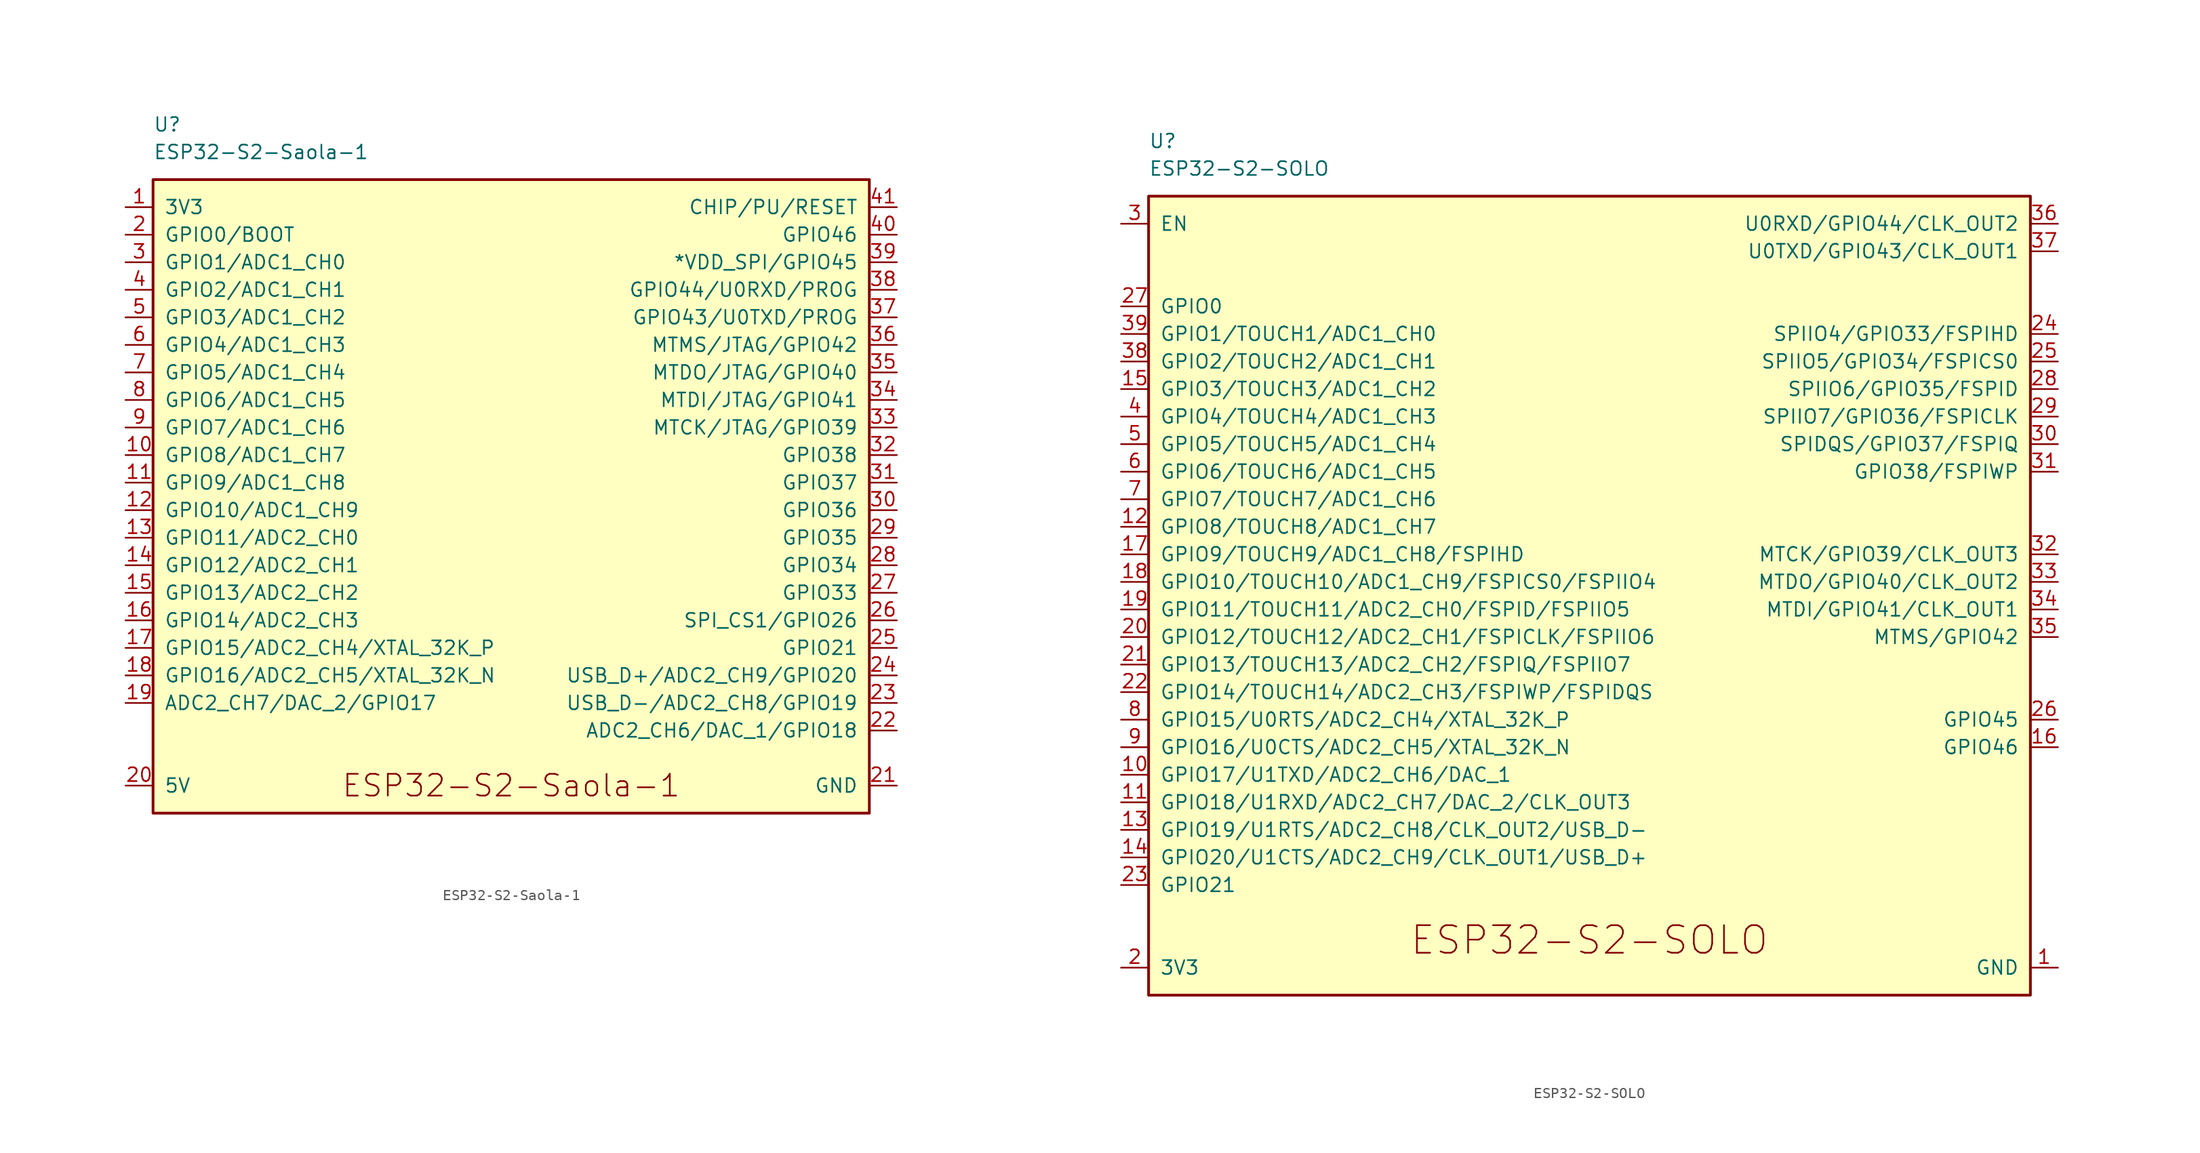
<source format=kicad_sym>
(kicad_symbol_lib
  (version 20211014)
  (generator kicad_symbol_editor)
  (symbol "ESP32-S2-Saola-1"
    (pin_names
      (offset 1.016))
    (property "Reference" "U"
      (at -33.02 33.02 0)
      (effects (font (size 1.27 1.27)) (justify left)))
    (property "Value" "ESP32-S2-Saola-1"
      (at -33.02 30.48 0)
      (effects (font (size 1.27 1.27)) (justify left)))
    (symbol "ESP32-S2-Saola-1_0_0"
      (text "ESP32-S2-Saola-1" (at 0 -27.94 0) (effects (font (size 2.007 2.007))))
      (pin power_in line (at -35.56 25.4 0) (length 2.54) (name "3V3" (effects (font (size 1.27 1.27)))) (number "1" (effects (font (size 1.27 1.27)))))
      (pin bidirectional line (at -35.56 2.54 0) (length 2.54) (name "GPIO8/ADC1_CH7" (effects (font (size 1.27 1.27)))) (number "10" (effects (font (size 1.27 1.27)))))
      (pin bidirectional line (at -35.56 0 0) (length 2.54) (name "GPIO9/ADC1_CH8" (effects (font (size 1.27 1.27)))) (number "11" (effects (font (size 1.27 1.27)))))
      (pin bidirectional line (at -35.56 -2.54 0) (length 2.54) (name "GPIO10/ADC1_CH9" (effects (font (size 1.27 1.27)))) (number "12" (effects (font (size 1.27 1.27)))))
      (pin bidirectional line (at -35.56 -5.08 0) (length 2.54) (name "GPIO11/ADC2_CH0" (effects (font (size 1.27 1.27)))) (number "13" (effects (font (size 1.27 1.27)))))
      (pin bidirectional line (at -35.56 -7.62 0) (length 2.54) (name "GPIO12/ADC2_CH1" (effects (font (size 1.27 1.27)))) (number "14" (effects (font (size 1.27 1.27)))))
      (pin bidirectional line (at -35.56 -10.16 0) (length 2.54) (name "GPIO13/ADC2_CH2" (effects (font (size 1.27 1.27)))) (number "15" (effects (font (size 1.27 1.27)))))
      (pin bidirectional line (at -35.56 -12.7 0) (length 2.54) (name "GPIO14/ADC2_CH3" (effects (font (size 1.27 1.27)))) (number "16" (effects (font (size 1.27 1.27)))))
      (pin bidirectional line (at -35.56 -15.24 0) (length 2.54) (name "GPIO15/ADC2_CH4/XTAL_32K_P" (effects (font (size 1.27 1.27)))) (number "17" (effects (font (size 1.27 1.27)))))
      (pin bidirectional line (at -35.56 -17.78 0) (length 2.54) (name "GPIO16/ADC2_CH5/XTAL_32K_N" (effects (font (size 1.27 1.27)))) (number "18" (effects (font (size 1.27 1.27)))))
      (pin bidirectional line (at -35.56 -20.32 0) (length 2.54) (name "ADC2_CH7/DAC_2/GPIO17" (effects (font (size 1.27 1.27)))) (number "19" (effects (font (size 1.27 1.27)))))
      (pin bidirectional line (at -35.56 22.86 0) (length 2.54) (name "GPIO0/BOOT" (effects (font (size 1.27 1.27)))) (number "2" (effects (font (size 1.27 1.27)))))
      (pin power_in line (at -35.56 -27.94 0) (length 2.54) (name "5V" (effects (font (size 1.27 1.27)))) (number "20" (effects (font (size 1.27 1.27)))))
      (pin power_in line (at 35.56 -27.94 180) (length 2.54) (name "GND" (effects (font (size 1.27 1.27)))) (number "21" (effects (font (size 1.27 1.27)))))
      (pin bidirectional line (at 35.56 -22.86 180) (length 2.54) (name "ADC2_CH6/DAC_1/GPIO18" (effects (font (size 1.27 1.27)))) (number "22" (effects (font (size 1.27 1.27)))))
      (pin bidirectional line (at 35.56 -20.32 180) (length 2.54) (name "USB_D-/ADC2_CH8/GPIO19" (effects (font (size 1.27 1.27)))) (number "23" (effects (font (size 1.27 1.27)))))
      (pin bidirectional line (at 35.56 -17.78 180) (length 2.54) (name "USB_D+/ADC2_CH9/GPIO20" (effects (font (size 1.27 1.27)))) (number "24" (effects (font (size 1.27 1.27)))))
      (pin bidirectional line (at 35.56 -15.24 180) (length 2.54) (name "GPIO21" (effects (font (size 1.27 1.27)))) (number "25" (effects (font (size 1.27 1.27)))))
      (pin bidirectional line (at 35.56 -12.7 180) (length 2.54) (name "SPI_CS1/GPIO26" (effects (font (size 1.27 1.27)))) (number "26" (effects (font (size 1.27 1.27)))))
      (pin bidirectional line (at 35.56 -10.16 180) (length 2.54) (name "GPIO33" (effects (font (size 1.27 1.27)))) (number "27" (effects (font (size 1.27 1.27)))))
      (pin bidirectional line (at 35.56 -7.62 180) (length 2.54) (name "GPIO34" (effects (font (size 1.27 1.27)))) (number "28" (effects (font (size 1.27 1.27)))))
      (pin bidirectional line (at 35.56 -5.08 180) (length 2.54) (name "GPIO35" (effects (font (size 1.27 1.27)))) (number "29" (effects (font (size 1.27 1.27)))))
      (pin bidirectional line (at -35.56 20.32 0) (length 2.54) (name "GPIO1/ADC1_CH0" (effects (font (size 1.27 1.27)))) (number "3" (effects (font (size 1.27 1.27)))))
      (pin bidirectional line (at 35.56 -2.54 180) (length 2.54) (name "GPIO36" (effects (font (size 1.27 1.27)))) (number "30" (effects (font (size 1.27 1.27)))))
      (pin bidirectional line (at 35.56 0 180) (length 2.54) (name "GPIO37" (effects (font (size 1.27 1.27)))) (number "31" (effects (font (size 1.27 1.27)))))
      (pin bidirectional line (at 35.56 2.54 180) (length 2.54) (name "GPIO38" (effects (font (size 1.27 1.27)))) (number "32" (effects (font (size 1.27 1.27)))))
      (pin bidirectional line (at 35.56 5.08 180) (length 2.54) (name "MTCK/JTAG/GPIO39" (effects (font (size 1.27 1.27)))) (number "33" (effects (font (size 1.27 1.27)))))
      (pin bidirectional line (at 35.56 7.62 180) (length 2.54) (name "MTDI/JTAG/GPIO41" (effects (font (size 1.27 1.27)))) (number "34" (effects (font (size 1.27 1.27)))))
      (pin bidirectional line (at 35.56 10.16 180) (length 2.54) (name "MTDO/JTAG/GPIO40" (effects (font (size 1.27 1.27)))) (number "35" (effects (font (size 1.27 1.27)))))
      (pin bidirectional line (at 35.56 12.7 180) (length 2.54) (name "MTMS/JTAG/GPIO42" (effects (font (size 1.27 1.27)))) (number "36" (effects (font (size 1.27 1.27)))))
      (pin bidirectional line (at 35.56 15.24 180) (length 2.54) (name "GPIO43/U0TXD/PROG" (effects (font (size 1.27 1.27)))) (number "37" (effects (font (size 1.27 1.27)))))
      (pin bidirectional line (at 35.56 17.78 180) (length 2.54) (name "GPIO44/U0RXD/PROG" (effects (font (size 1.27 1.27)))) (number "38" (effects (font (size 1.27 1.27)))))
      (pin bidirectional line (at 35.56 20.32 180) (length 2.54) (name "*VDD_SPI/GPIO45" (effects (font (size 1.27 1.27)))) (number "39" (effects (font (size 1.27 1.27)))))
      (pin unspecified line (at -35.56 17.78 0) (length 2.54) (name "GPIO2/ADC1_CH1" (effects (font (size 1.27 1.27)))) (number "4" (effects (font (size 1.27 1.27)))))
      (pin input line (at 35.56 22.86 180) (length 2.54) (name "GPIO46" (effects (font (size 1.27 1.27)))) (number "40" (effects (font (size 1.27 1.27)))))
      (pin input line (at 35.56 25.4 180) (length 2.54) (name "CHIP/PU/RESET" (effects (font (size 1.27 1.27)))) (number "41" (effects (font (size 1.27 1.27)))))
      (pin passive line (at 35.56 -27.94 180) (length 2.54) hide (name "GND" (effects (font (size 1.27 1.27)))) (number "42" (effects (font (size 1.27 1.27)))))
      (pin bidirectional line (at -35.56 15.24 0) (length 2.54) (name "GPIO3/ADC1_CH2" (effects (font (size 1.27 1.27)))) (number "5" (effects (font (size 1.27 1.27)))))
      (pin bidirectional line (at -35.56 12.7 0) (length 2.54) (name "GPIO4/ADC1_CH3" (effects (font (size 1.27 1.27)))) (number "6" (effects (font (size 1.27 1.27)))))
      (pin bidirectional line (at -35.56 10.16 0) (length 2.54) (name "GPIO5/ADC1_CH4" (effects (font (size 1.27 1.27)))) (number "7" (effects (font (size 1.27 1.27)))))
      (pin bidirectional line (at -35.56 7.62 0) (length 2.54) (name "GPIO6/ADC1_CH5" (effects (font (size 1.27 1.27)))) (number "8" (effects (font (size 1.27 1.27)))))
      (pin bidirectional line (at -35.56 5.08 0) (length 2.54) (name "GPIO7/ADC1_CH6" (effects (font (size 1.27 1.27)))) (number "9" (effects (font (size 1.27 1.27))))))
    (symbol "ESP32-S2-Saola-1_0_1"
      (rectangle (start -33.02 27.94) (end 33.02 -30.48) (stroke (width 0.254) (type default) (color 0 0 0 0)) (fill (type background)))))
  (symbol "ESP32-S2-SOLO"
    (pin_names
      (offset 1.016))
    (property "Reference" "U"
      (at -40.64 45.72 0)
      (effects (font (size 1.27 1.27)) (justify left)))
    (property "Value" "ESP32-S2-SOLO"
      (at -40.64 43.18 0)
      (effects (font (size 1.27 1.27)) (justify left)))
    (symbol "ESP32-S2-SOLO_0_1"
      (rectangle (start -40.64 40.64) (end 40.64 -33.02) (stroke (width 0.254) (type default) (color 0 0 0 0)) (fill (type background))))
    (symbol "ESP32-S2-SOLO_1_1"
      (text "ESP32-S2-SOLO" (at 0 -27.94 0) (effects (font (size 2.54 2.54))))
      (pin power_in line (at 43.18 -30.48 180) (length 2.54) (name "GND" (effects (font (size 1.27 1.27)))) (number "1" (effects (font (size 1.27 1.27)))))
      (pin bidirectional line (at -43.18 -12.7 0) (length 2.54) (name "GPIO17/U1TXD/ADC2_CH6/DAC_1" (effects (font (size 1.27 1.27)))) (number "10" (effects (font (size 1.27 1.27)))))
      (pin bidirectional line (at -43.18 -15.24 0) (length 2.54) (name "GPIO18/U1RXD/ADC2_CH7/DAC_2/CLK_OUT3" (effects (font (size 1.27 1.27)))) (number "11" (effects (font (size 1.27 1.27)))))
      (pin bidirectional line (at -43.18 10.16 0) (length 2.54) (name "GPIO8/TOUCH8/ADC1_CH7" (effects (font (size 1.27 1.27)))) (number "12" (effects (font (size 1.27 1.27)))))
      (pin bidirectional line (at -43.18 -17.78 0) (length 2.54) (name "GPIO19/U1RTS/ADC2_CH8/CLK_OUT2/USB_D-" (effects (font (size 1.27 1.27)))) (number "13" (effects (font (size 1.27 1.27)))))
      (pin bidirectional line (at -43.18 -20.32 0) (length 2.54) (name "GPIO20/U1CTS/ADC2_CH9/CLK_OUT1/USB_D+" (effects (font (size 1.27 1.27)))) (number "14" (effects (font (size 1.27 1.27)))))
      (pin bidirectional line (at -43.18 22.86 0) (length 2.54) (name "GPIO3/TOUCH3/ADC1_CH2" (effects (font (size 1.27 1.27)))) (number "15" (effects (font (size 1.27 1.27)))))
      (pin input line (at 43.18 -10.16 180) (length 2.54) (name "GPIO46" (effects (font (size 1.27 1.27)))) (number "16" (effects (font (size 1.27 1.27)))))
      (pin bidirectional line (at -43.18 7.62 0) (length 2.54) (name "GPIO9/TOUCH9/ADC1_CH8/FSPIHD" (effects (font (size 1.27 1.27)))) (number "17" (effects (font (size 1.27 1.27)))))
      (pin bidirectional line (at -43.18 5.08 0) (length 2.54) (name "GPIO10/TOUCH10/ADC1_CH9/FSPICS0/FSPIIO4" (effects (font (size 1.27 1.27)))) (number "18" (effects (font (size 1.27 1.27)))))
      (pin bidirectional line (at -43.18 2.54 0) (length 2.54) (name "GPIO11/TOUCH11/ADC2_CH0/FSPID/FSPIIO5" (effects (font (size 1.27 1.27)))) (number "19" (effects (font (size 1.27 1.27)))))
      (pin power_in line (at -43.18 -30.48 0) (length 2.54) (name "3V3" (effects (font (size 1.27 1.27)))) (number "2" (effects (font (size 1.27 1.27)))))
      (pin bidirectional line (at -43.18 0 0) (length 2.54) (name "GPIO12/TOUCH12/ADC2_CH1/FSPICLK/FSPIIO6" (effects (font (size 1.27 1.27)))) (number "20" (effects (font (size 1.27 1.27)))))
      (pin bidirectional line (at -43.18 -2.54 0) (length 2.54) (name "GPIO13/TOUCH13/ADC2_CH2/FSPIQ/FSPIIO7" (effects (font (size 1.27 1.27)))) (number "21" (effects (font (size 1.27 1.27)))))
      (pin bidirectional line (at -43.18 -5.08 0) (length 2.54) (name "GPIO14/TOUCH14/ADC2_CH3/FSPIWP/FSPIDQS" (effects (font (size 1.27 1.27)))) (number "22" (effects (font (size 1.27 1.27)))))
      (pin bidirectional line (at -43.18 -22.86 0) (length 2.54) (name "GPIO21" (effects (font (size 1.27 1.27)))) (number "23" (effects (font (size 1.27 1.27)))))
      (pin bidirectional line (at 43.18 27.94 180) (length 2.54) (name "SPIIO4/GPIO33/FSPIHD" (effects (font (size 1.27 1.27)))) (number "24" (effects (font (size 1.27 1.27)))))
      (pin bidirectional line (at 43.18 25.4 180) (length 2.54) (name "SPIIO5/GPIO34/FSPICS0" (effects (font (size 1.27 1.27)))) (number "25" (effects (font (size 1.27 1.27)))))
      (pin bidirectional line (at 43.18 -7.62 180) (length 2.54) (name "GPIO45" (effects (font (size 1.27 1.27)))) (number "26" (effects (font (size 1.27 1.27)))))
      (pin bidirectional line (at -43.18 30.48 0) (length 2.54) (name "GPIO0" (effects (font (size 1.27 1.27)))) (number "27" (effects (font (size 1.27 1.27)))))
      (pin bidirectional line (at 43.18 22.86 180) (length 2.54) (name "SPIIO6/GPIO35/FSPID" (effects (font (size 1.27 1.27)))) (number "28" (effects (font (size 1.27 1.27)))))
      (pin bidirectional line (at 43.18 20.32 180) (length 2.54) (name "SPIIO7/GPIO36/FSPICLK" (effects (font (size 1.27 1.27)))) (number "29" (effects (font (size 1.27 1.27)))))
      (pin bidirectional line (at -43.18 38.1 0) (length 2.54) (name "EN" (effects (font (size 1.27 1.27)))) (number "3" (effects (font (size 1.27 1.27)))))
      (pin bidirectional line (at 43.18 17.78 180) (length 2.54) (name "SPIDQS/GPIO37/FSPIQ" (effects (font (size 1.27 1.27)))) (number "30" (effects (font (size 1.27 1.27)))))
      (pin bidirectional line (at 43.18 15.24 180) (length 2.54) (name "GPIO38/FSPIWP" (effects (font (size 1.27 1.27)))) (number "31" (effects (font (size 1.27 1.27)))))
      (pin bidirectional line (at 43.18 7.62 180) (length 2.54) (name "MTCK/GPIO39/CLK_OUT3" (effects (font (size 1.27 1.27)))) (number "32" (effects (font (size 1.27 1.27)))))
      (pin bidirectional line (at 43.18 5.08 180) (length 2.54) (name "MTDO/GPIO40/CLK_OUT2" (effects (font (size 1.27 1.27)))) (number "33" (effects (font (size 1.27 1.27)))))
      (pin bidirectional line (at 43.18 2.54 180) (length 2.54) (name "MTDI/GPIO41/CLK_OUT1" (effects (font (size 1.27 1.27)))) (number "34" (effects (font (size 1.27 1.27)))))
      (pin bidirectional line (at 43.18 0 180) (length 2.54) (name "MTMS/GPIO42" (effects (font (size 1.27 1.27)))) (number "35" (effects (font (size 1.27 1.27)))))
      (pin bidirectional line (at 43.18 38.1 180) (length 2.54) (name "U0RXD/GPIO44/CLK_OUT2" (effects (font (size 1.27 1.27)))) (number "36" (effects (font (size 1.27 1.27)))))
      (pin bidirectional line (at 43.18 35.56 180) (length 2.54) (name "U0TXD/GPIO43/CLK_OUT1" (effects (font (size 1.27 1.27)))) (number "37" (effects (font (size 1.27 1.27)))))
      (pin bidirectional line (at -43.18 25.4 0) (length 2.54) (name "GPIO2/TOUCH2/ADC1_CH1" (effects (font (size 1.27 1.27)))) (number "38" (effects (font (size 1.27 1.27)))))
      (pin bidirectional line (at -43.18 27.94 0) (length 2.54) (name "GPIO1/TOUCH1/ADC1_CH0" (effects (font (size 1.27 1.27)))) (number "39" (effects (font (size 1.27 1.27)))))
      (pin bidirectional line (at -43.18 20.32 0) (length 2.54) (name "GPIO4/TOUCH4/ADC1_CH3" (effects (font (size 1.27 1.27)))) (number "4" (effects (font (size 1.27 1.27)))))
      (pin passive line (at 43.18 -30.48 180) (length 2.54) hide (name "GND" (effects (font (size 1.27 1.27)))) (number "40" (effects (font (size 1.27 1.27)))))
      (pin passive line (at 43.18 -30.48 180) (length 2.54) hide (name "GND" (effects (font (size 1.27 1.27)))) (number "41" (effects (font (size 1.27 1.27)))))
      (pin bidirectional line (at -43.18 17.78 0) (length 2.54) (name "GPIO5/TOUCH5/ADC1_CH4" (effects (font (size 1.27 1.27)))) (number "5" (effects (font (size 1.27 1.27)))))
      (pin bidirectional line (at -43.18 15.24 0) (length 2.54) (name "GPIO6/TOUCH6/ADC1_CH5" (effects (font (size 1.27 1.27)))) (number "6" (effects (font (size 1.27 1.27)))))
      (pin bidirectional line (at -43.18 12.7 0) (length 2.54) (name "GPIO7/TOUCH7/ADC1_CH6" (effects (font (size 1.27 1.27)))) (number "7" (effects (font (size 1.27 1.27)))))
      (pin bidirectional line (at -43.18 -7.62 0) (length 2.54) (name "GPIO15/U0RTS/ADC2_CH4/XTAL_32K_P" (effects (font (size 1.27 1.27)))) (number "8" (effects (font (size 1.27 1.27)))))
      (pin bidirectional line (at -43.18 -10.16 0) (length 2.54) (name "GPIO16/U0CTS/ADC2_CH5/XTAL_32K_N" (effects (font (size 1.27 1.27)))) (number "9" (effects (font (size 1.27 1.27))))))))
</source>
